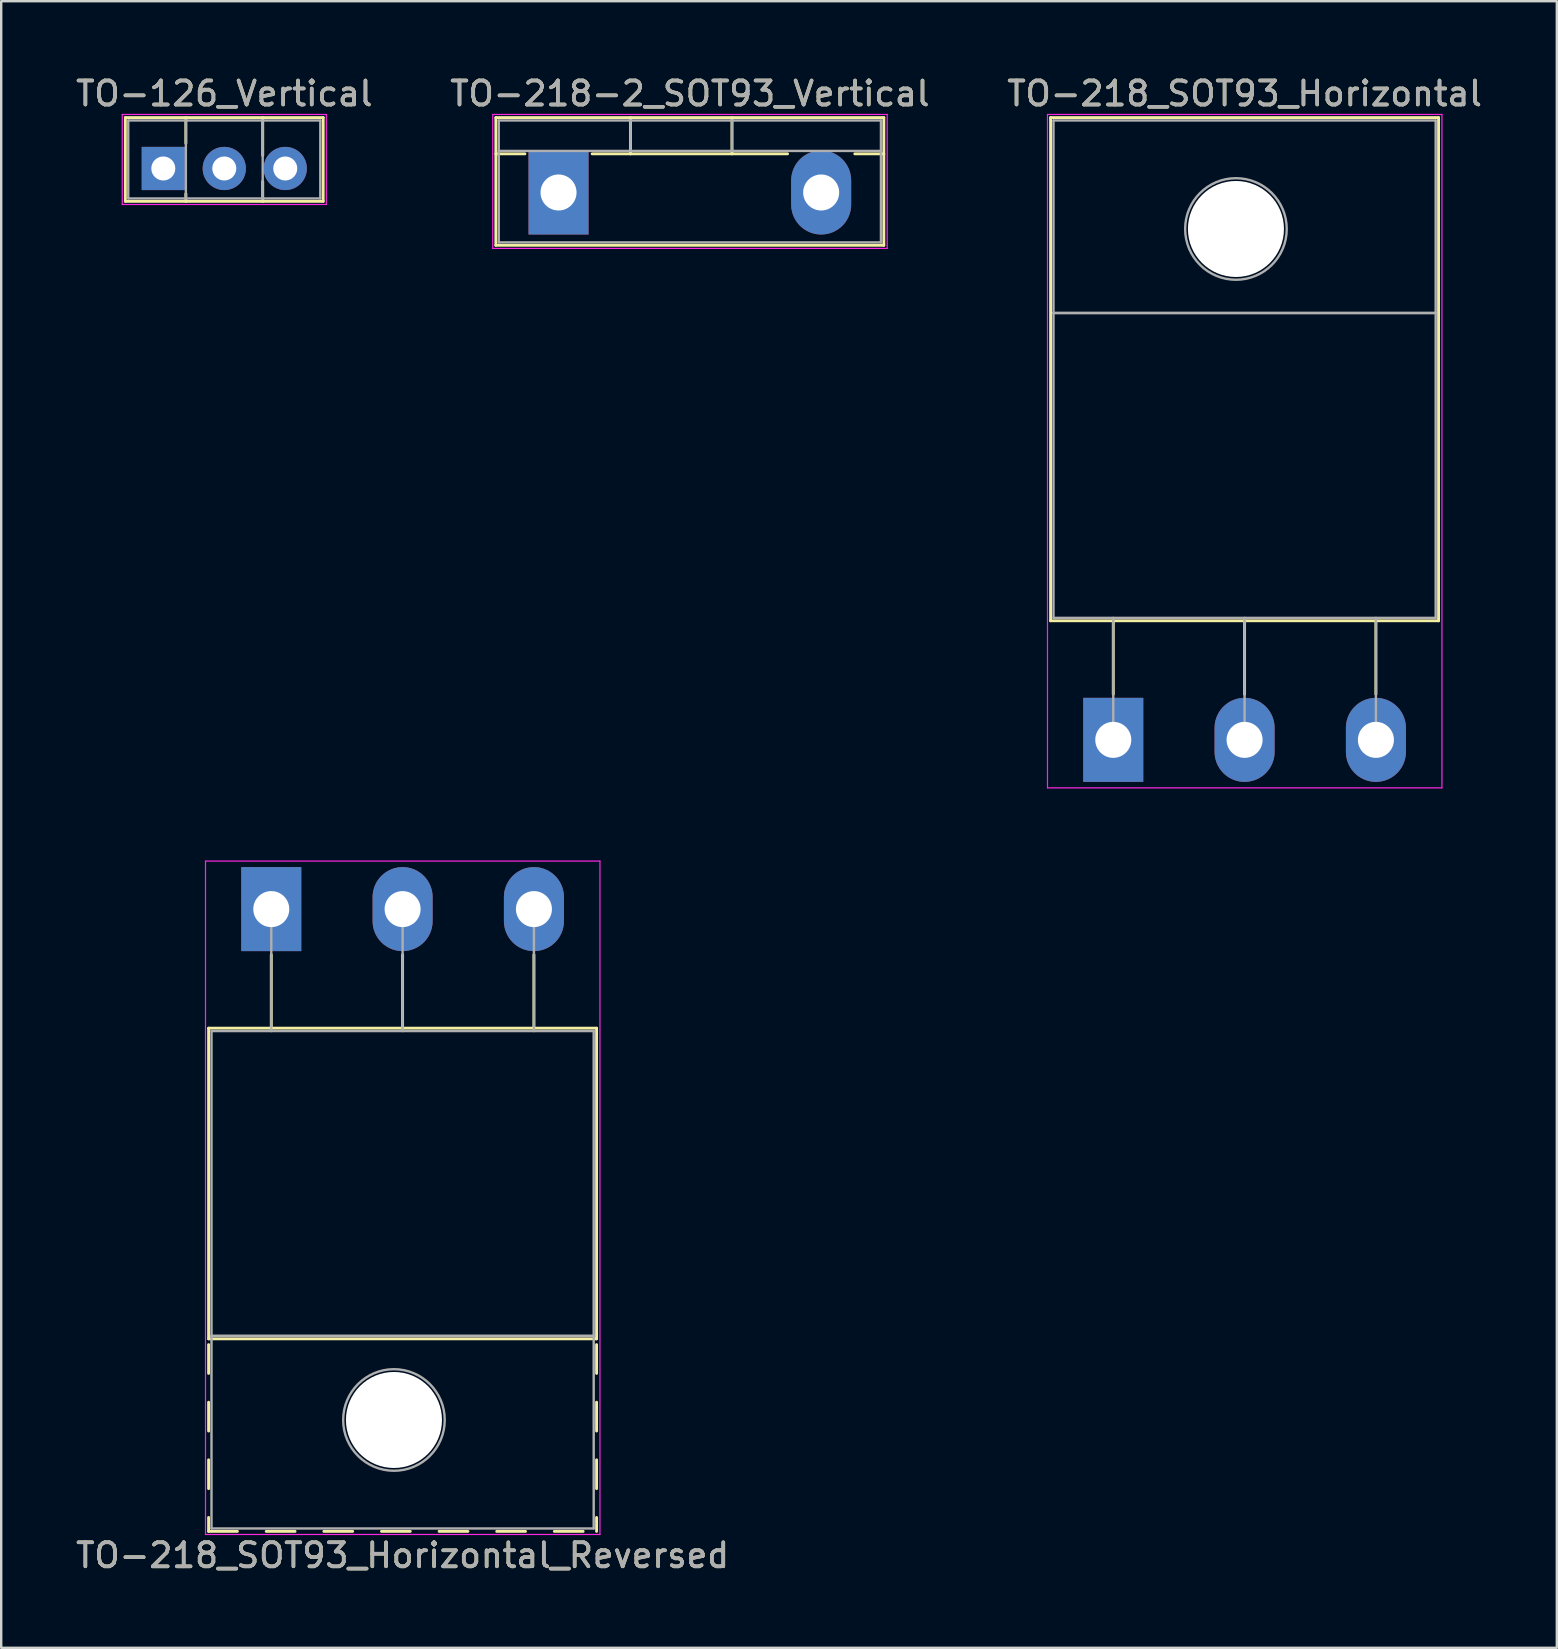
<source format=kicad_pcb>
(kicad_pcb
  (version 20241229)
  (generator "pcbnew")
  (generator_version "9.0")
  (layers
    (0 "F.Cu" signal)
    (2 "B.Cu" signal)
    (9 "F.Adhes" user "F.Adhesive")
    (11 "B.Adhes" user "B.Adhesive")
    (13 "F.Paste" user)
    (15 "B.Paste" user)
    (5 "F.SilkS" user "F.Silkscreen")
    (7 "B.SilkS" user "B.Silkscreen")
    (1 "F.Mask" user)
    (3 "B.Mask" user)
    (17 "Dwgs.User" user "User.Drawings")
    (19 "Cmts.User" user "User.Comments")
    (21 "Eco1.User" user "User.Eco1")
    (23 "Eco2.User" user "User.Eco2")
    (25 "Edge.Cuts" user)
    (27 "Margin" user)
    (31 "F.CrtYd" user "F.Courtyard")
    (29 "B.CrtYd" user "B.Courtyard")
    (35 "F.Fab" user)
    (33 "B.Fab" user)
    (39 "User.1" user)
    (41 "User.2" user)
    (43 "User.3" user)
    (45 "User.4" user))
  (footprint "TO-218-2_SOT93_Vertical"
    (layer "F.Cu")
    (at 20.215 4.968)
    (property "Reference" "TO-218-2_SOT93_Vertical" (at 5.47 -4.12 0) (layer "F.SilkS") (effects (font (size 1 1) (thickness 0.15))))
    (attr through_hole)
    (fp_line (start -2.611 -3.12) (end -2.611 2.2) (stroke (width 0.12) (type solid)) (layer "F.SilkS"))
    (fp_line (start -2.611 -3.12) (end 13.55 -3.12) (stroke (width 0.12) (type solid)) (layer "F.SilkS"))
    (fp_line (start -2.611 -1.61) (end -1.4 -1.61) (stroke (width 0.12) (type solid)) (layer "F.SilkS"))
    (fp_line (start -2.611 2.2) (end 13.55 2.2) (stroke (width 0.12) (type solid)) (layer "F.SilkS"))
    (fp_line (start 1.4 -1.61) (end 9.54 -1.61) (stroke (width 0.12) (type solid)) (layer "F.SilkS"))
    (fp_line (start 2.995 -3.12) (end 2.995 -1.61) (stroke (width 0.12) (type solid)) (layer "F.SilkS"))
    (fp_line (start 7.225 -3.12) (end 7.225 -1.61) (stroke (width 0.12) (type solid)) (layer "F.SilkS"))
    (fp_line (start 12.34 -1.61) (end 13.55 -1.61) (stroke (width 0.12) (type solid)) (layer "F.SilkS"))
    (fp_line (start 13.55 -3.12) (end 13.55 2.2) (stroke (width 0.12) (type solid)) (layer "F.SilkS"))
    (fp_line (start -2.74 -3.25) (end -2.74 2.33) (stroke (width 0.05) (type solid)) (layer "F.CrtYd"))
    (fp_line (start -2.74 2.33) (end 13.69 2.33) (stroke (width 0.05) (type solid)) (layer "F.CrtYd"))
    (fp_line (start 13.69 -3.25) (end -2.74 -3.25) (stroke (width 0.05) (type solid)) (layer "F.CrtYd"))
    (fp_line (start 13.69 2.33) (end 13.69 -3.25) (stroke (width 0.05) (type solid)) (layer "F.CrtYd"))
    (fp_line (start -2.49 -3) (end -2.49 2.08) (stroke (width 0.1) (type solid)) (layer "F.Fab"))
    (fp_line (start -2.49 -1.73) (end 13.43 -1.73) (stroke (width 0.1) (type solid)) (layer "F.Fab"))
    (fp_line (start -2.49 2.08) (end 13.43 2.08) (stroke (width 0.1) (type solid)) (layer "F.Fab"))
    (fp_line (start 2.995 -3) (end 2.995 -1.73) (stroke (width 0.1) (type solid)) (layer "F.Fab"))
    (fp_line (start 7.225 -3) (end 7.225 -1.73) (stroke (width 0.1) (type solid)) (layer "F.Fab"))
    (fp_line (start 13.43 -3) (end -2.49 -3) (stroke (width 0.1) (type solid)) (layer "F.Fab"))
    (fp_line (start 13.43 2.08) (end 13.43 -3) (stroke (width 0.1) (type solid)) (layer "F.Fab"))
    (fp_text user "${REFERENCE}" (at 5.47 -4.12 0) (layer "F.Fab") (effects (font (size 1 1) (thickness 0.15))))
    (pad "1" thru_hole rect (at 0 0) (size 2.5 3.5) (drill 1.5) (layers "*.Cu" "*.Mask"))
    (pad "2" thru_hole oval (at 10.94 0) (size 2.5 3.5) (drill 1.5) (layers "*.Cu" "*.Mask")))
  (footprint "TO-218_SOT93_Horizontal_Reversed"
    (layer "F.Cu")
    (at 8.25 34.818)
    (property "Reference" "TO-218_SOT93_Horizontal_Reversed" (at 5.47 26.92 0) (layer "F.SilkS") (effects (font (size 1 1) (thickness 0.15))))
    (attr through_hole)
    (fp_line (start -2.611 4.96) (end -2.611 17.9) (stroke (width 0.12) (type solid)) (layer "F.SilkS"))
    (fp_line (start -2.611 4.96) (end 13.55 4.96) (stroke (width 0.12) (type solid)) (layer "F.SilkS"))
    (fp_line (start -2.611 17.9) (end 13.55 17.9) (stroke (width 0.12) (type solid)) (layer "F.SilkS"))
    (fp_line (start -2.611 18.14) (end -2.611 19.34) (stroke (width 0.12) (type solid)) (layer "F.SilkS"))
    (fp_line (start -2.611 20.54) (end -2.611 21.74) (stroke (width 0.12) (type solid)) (layer "F.SilkS"))
    (fp_line (start -2.611 22.94) (end -2.611 24.14) (stroke (width 0.12) (type solid)) (layer "F.SilkS"))
    (fp_line (start -2.611 25.34) (end -2.611 25.92) (stroke (width 0.12) (type solid)) (layer "F.SilkS"))
    (fp_line (start -2.611 25.92) (end -1.411 25.92) (stroke (width 0.12) (type solid)) (layer "F.SilkS"))
    (fp_line (start -0.211 25.92) (end 0.99 25.92) (stroke (width 0.12) (type solid)) (layer "F.SilkS"))
    (fp_line (start 0 1.9) (end 0 4.96) (stroke (width 0.12) (type solid)) (layer "F.SilkS"))
    (fp_line (start 2.19 25.92) (end 3.39 25.92) (stroke (width 0.12) (type solid)) (layer "F.SilkS"))
    (fp_line (start 4.59 25.92) (end 5.79 25.92) (stroke (width 0.12) (type solid)) (layer "F.SilkS"))
    (fp_line (start 5.47 1.9) (end 5.47 4.96) (stroke (width 0.12) (type solid)) (layer "F.SilkS"))
    (fp_line (start 6.99 25.92) (end 8.19 25.92) (stroke (width 0.12) (type solid)) (layer "F.SilkS"))
    (fp_line (start 9.39 25.92) (end 10.59 25.92) (stroke (width 0.12) (type solid)) (layer "F.SilkS"))
    (fp_line (start 10.94 1.9) (end 10.94 4.96) (stroke (width 0.12) (type solid)) (layer "F.SilkS"))
    (fp_line (start 11.79 25.92) (end 12.99 25.92) (stroke (width 0.12) (type solid)) (layer "F.SilkS"))
    (fp_line (start 13.55 4.96) (end 13.55 17.9) (stroke (width 0.12) (type solid)) (layer "F.SilkS"))
    (fp_line (start 13.55 18.14) (end 13.55 19.34) (stroke (width 0.12) (type solid)) (layer "F.SilkS"))
    (fp_line (start 13.55 20.54) (end 13.55 21.74) (stroke (width 0.12) (type solid)) (layer "F.SilkS"))
    (fp_line (start 13.55 22.94) (end 13.55 24.14) (stroke (width 0.12) (type solid)) (layer "F.SilkS"))
    (fp_line (start 13.55 25.34) (end 13.55 25.92) (stroke (width 0.12) (type solid)) (layer "F.SilkS"))
    (fp_line (start -2.74 -2) (end -2.74 26.05) (stroke (width 0.05) (type solid)) (layer "F.CrtYd"))
    (fp_line (start -2.74 26.05) (end 13.69 26.05) (stroke (width 0.05) (type solid)) (layer "F.CrtYd"))
    (fp_line (start 13.69 -2) (end -2.74 -2) (stroke (width 0.05) (type solid)) (layer "F.CrtYd"))
    (fp_line (start 13.69 26.05) (end 13.69 -2) (stroke (width 0.05) (type solid)) (layer "F.CrtYd"))
    (fp_line (start -2.49 5.08) (end -2.49 17.78) (stroke (width 0.1) (type solid)) (layer "F.Fab"))
    (fp_line (start -2.49 17.78) (end -2.49 25.8) (stroke (width 0.1) (type solid)) (layer "F.Fab"))
    (fp_line (start -2.49 17.78) (end 13.43 17.78) (stroke (width 0.1) (type solid)) (layer "F.Fab"))
    (fp_line (start -2.49 25.8) (end 13.43 25.8) (stroke (width 0.1) (type solid)) (layer "F.Fab"))
    (fp_line (start 0 5.08) (end 0 0) (stroke (width 0.1) (type solid)) (layer "F.Fab"))
    (fp_line (start 5.47 5.08) (end 5.47 0) (stroke (width 0.1) (type solid)) (layer "F.Fab"))
    (fp_line (start 10.94 5.08) (end 10.94 0) (stroke (width 0.1) (type solid)) (layer "F.Fab"))
    (fp_line (start 13.43 5.08) (end -2.49 5.08) (stroke (width 0.1) (type solid)) (layer "F.Fab"))
    (fp_line (start 13.43 17.78) (end -2.49 17.78) (stroke (width 0.1) (type solid)) (layer "F.Fab"))
    (fp_line (start 13.43 17.78) (end 13.43 5.08) (stroke (width 0.1) (type solid)) (layer "F.Fab"))
    (fp_line (start 13.43 25.8) (end 13.43 17.78) (stroke (width 0.1) (type solid)) (layer "F.Fab"))
    (fp_circle (center 5.11 21.28) (end 7.225 21.28) (stroke (width 0.1) (type solid)) (fill no) (layer "F.Fab"))
    (fp_text user "${REFERENCE}" (at 5.47 26.92 0) (layer "F.Fab") (effects (font (size 1 1) (thickness 0.15))))
    (pad "" np_thru_hole oval (at 5.11 21.28) (size 4 4) (drill 4) (layers "*.Cu" "*.Mask"))
    (pad "1" thru_hole rect (at 0 0) (size 2.5 3.5) (drill 1.5) (layers "*.Cu" "*.Mask"))
    (pad "2" thru_hole oval (at 5.47 0) (size 2.5 3.5) (drill 1.5) (layers "*.Cu" "*.Mask"))
    (pad "3" thru_hole oval (at 10.94 0) (size 2.5 3.5) (drill 1.5) (layers "*.Cu" "*.Mask")))
  (footprint "TO-218_SOT93_Horizontal"
    (layer "F.Cu")
    (at 43.322 27.768)
    (property "Reference" "TO-218_SOT93_Horizontal" (at 5.47 -26.92 0) (layer "F.SilkS") (effects (font (size 1 1) (thickness 0.15))))
    (attr through_hole)
    (fp_line (start -2.611 -25.92) (end -2.611 -4.96) (stroke (width 0.12) (type solid)) (layer "F.SilkS"))
    (fp_line (start -2.611 -25.92) (end 13.55 -25.92) (stroke (width 0.12) (type solid)) (layer "F.SilkS"))
    (fp_line (start -2.611 -4.96) (end 13.55 -4.96) (stroke (width 0.12) (type solid)) (layer "F.SilkS"))
    (fp_line (start 0 -4.96) (end 0 -1.9) (stroke (width 0.12) (type solid)) (layer "F.SilkS"))
    (fp_line (start 5.47 -4.96) (end 5.47 -1.9) (stroke (width 0.12) (type solid)) (layer "F.SilkS"))
    (fp_line (start 10.94 -4.96) (end 10.94 -1.9) (stroke (width 0.12) (type solid)) (layer "F.SilkS"))
    (fp_line (start 13.55 -25.92) (end 13.55 -4.96) (stroke (width 0.12) (type solid)) (layer "F.SilkS"))
    (fp_line (start -2.74 -26.05) (end -2.74 2) (stroke (width 0.05) (type solid)) (layer "F.CrtYd"))
    (fp_line (start -2.74 2) (end 13.69 2) (stroke (width 0.05) (type solid)) (layer "F.CrtYd"))
    (fp_line (start 13.69 -26.05) (end -2.74 -26.05) (stroke (width 0.05) (type solid)) (layer "F.CrtYd"))
    (fp_line (start 13.69 2) (end 13.69 -26.05) (stroke (width 0.05) (type solid)) (layer "F.CrtYd"))
    (fp_line (start -2.49 -25.8) (end 13.43 -25.8) (stroke (width 0.1) (type solid)) (layer "F.Fab"))
    (fp_line (start -2.49 -17.78) (end -2.49 -25.8) (stroke (width 0.1) (type solid)) (layer "F.Fab"))
    (fp_line (start -2.49 -17.78) (end 13.43 -17.78) (stroke (width 0.1) (type solid)) (layer "F.Fab"))
    (fp_line (start -2.49 -5.08) (end -2.49 -17.78) (stroke (width 0.1) (type solid)) (layer "F.Fab"))
    (fp_line (start 0 -5.08) (end 0 0) (stroke (width 0.1) (type solid)) (layer "F.Fab"))
    (fp_line (start 5.47 -5.08) (end 5.47 0) (stroke (width 0.1) (type solid)) (layer "F.Fab"))
    (fp_line (start 10.94 -5.08) (end 10.94 0) (stroke (width 0.1) (type solid)) (layer "F.Fab"))
    (fp_line (start 13.43 -25.8) (end 13.43 -17.78) (stroke (width 0.1) (type solid)) (layer "F.Fab"))
    (fp_line (start 13.43 -17.78) (end -2.49 -17.78) (stroke (width 0.1) (type solid)) (layer "F.Fab"))
    (fp_line (start 13.43 -17.78) (end 13.43 -5.08) (stroke (width 0.1) (type solid)) (layer "F.Fab"))
    (fp_line (start 13.43 -5.08) (end -2.49 -5.08) (stroke (width 0.1) (type solid)) (layer "F.Fab"))
    (fp_circle (center 5.11 -21.28) (end 7.225 -21.28) (stroke (width 0.1) (type solid)) (fill no) (layer "F.Fab"))
    (fp_text user "${REFERENCE}" (at 5.47 -26.92 0) (layer "F.Fab") (effects (font (size 1 1) (thickness 0.15))))
    (pad "" np_thru_hole oval (at 5.11 -21.28) (size 4 4) (drill 4) (layers "*.Cu" "*.Mask"))
    (pad "1" thru_hole rect (at 0 0) (size 2.5 3.5) (drill 1.5) (layers "*.Cu" "*.Mask"))
    (pad "2" thru_hole oval (at 5.47 0) (size 2.5 3.5) (drill 1.5) (layers "*.Cu" "*.Mask"))
    (pad "3" thru_hole oval (at 10.94 0) (size 2.5 3.5) (drill 1.5) (layers "*.Cu" "*.Mask")))
  (footprint "TO-126_Vertical"
    (layer "F.Cu")
    (at 3.752 3.968)
    (property "Reference" "TO-126_Vertical" (at 2.54 -3.12 0) (layer "F.SilkS") (effects (font (size 1 1) (thickness 0.15))))
    (attr through_hole)
    (fp_line (start -1.58 -2.12) (end -1.58 1.37) (stroke (width 0.12) (type solid)) (layer "F.SilkS"))
    (fp_line (start -1.58 -2.12) (end 6.66 -2.12) (stroke (width 0.12) (type solid)) (layer "F.SilkS"))
    (fp_line (start -1.58 1.37) (end 6.66 1.37) (stroke (width 0.12) (type solid)) (layer "F.SilkS"))
    (fp_line (start 0.94 -2.12) (end 0.94 -1.05) (stroke (width 0.12) (type solid)) (layer "F.SilkS"))
    (fp_line (start 0.94 1.05) (end 0.94 1.37) (stroke (width 0.12) (type solid)) (layer "F.SilkS"))
    (fp_line (start 4.141 -2.12) (end 4.141 -0.54) (stroke (width 0.12) (type solid)) (layer "F.SilkS"))
    (fp_line (start 4.141 0.54) (end 4.141 1.37) (stroke (width 0.12) (type solid)) (layer "F.SilkS"))
    (fp_line (start 6.66 -2.12) (end 6.66 1.37) (stroke (width 0.12) (type solid)) (layer "F.SilkS"))
    (fp_line (start -1.71 -2.25) (end -1.71 1.5) (stroke (width 0.05) (type solid)) (layer "F.CrtYd"))
    (fp_line (start -1.71 1.5) (end 6.79 1.5) (stroke (width 0.05) (type solid)) (layer "F.CrtYd"))
    (fp_line (start 6.79 -2.25) (end -1.71 -2.25) (stroke (width 0.05) (type solid)) (layer "F.CrtYd"))
    (fp_line (start 6.79 1.5) (end 6.79 -2.25) (stroke (width 0.05) (type solid)) (layer "F.CrtYd"))
    (fp_line (start -1.46 -2) (end -1.46 1.25) (stroke (width 0.1) (type solid)) (layer "F.Fab"))
    (fp_line (start -1.46 1.25) (end 6.54 1.25) (stroke (width 0.1) (type solid)) (layer "F.Fab"))
    (fp_line (start 0.94 -2) (end 0.94 1.25) (stroke (width 0.1) (type solid)) (layer "F.Fab"))
    (fp_line (start 4.14 -2) (end 4.14 1.25) (stroke (width 0.1) (type solid)) (layer "F.Fab"))
    (fp_line (start 6.54 -2) (end -1.46 -2) (stroke (width 0.1) (type solid)) (layer "F.Fab"))
    (fp_line (start 6.54 1.25) (end 6.54 -2) (stroke (width 0.1) (type solid)) (layer "F.Fab"))
    (fp_text user "${REFERENCE}" (at 2.54 -3.12 0) (layer "F.Fab") (effects (font (size 1 1) (thickness 0.15))))
    (pad "1" thru_hole rect (at 0 0) (size 1.8 1.8) (drill 1) (layers "*.Cu" "*.Mask"))
    (pad "2" thru_hole oval (at 2.54 0) (size 1.8 1.8) (drill 1) (layers "*.Cu" "*.Mask"))
    (pad "3" thru_hole oval (at 5.08 0) (size 1.8 1.8) (drill 1) (layers "*.Cu" "*.Mask")))
  (gr_rect
    (start -3 -3)
    (end 61.798 65.587)
    (stroke (width 0.1) (type default))
    (fill no)
    (layer "Edge.Cuts")))
</source>
